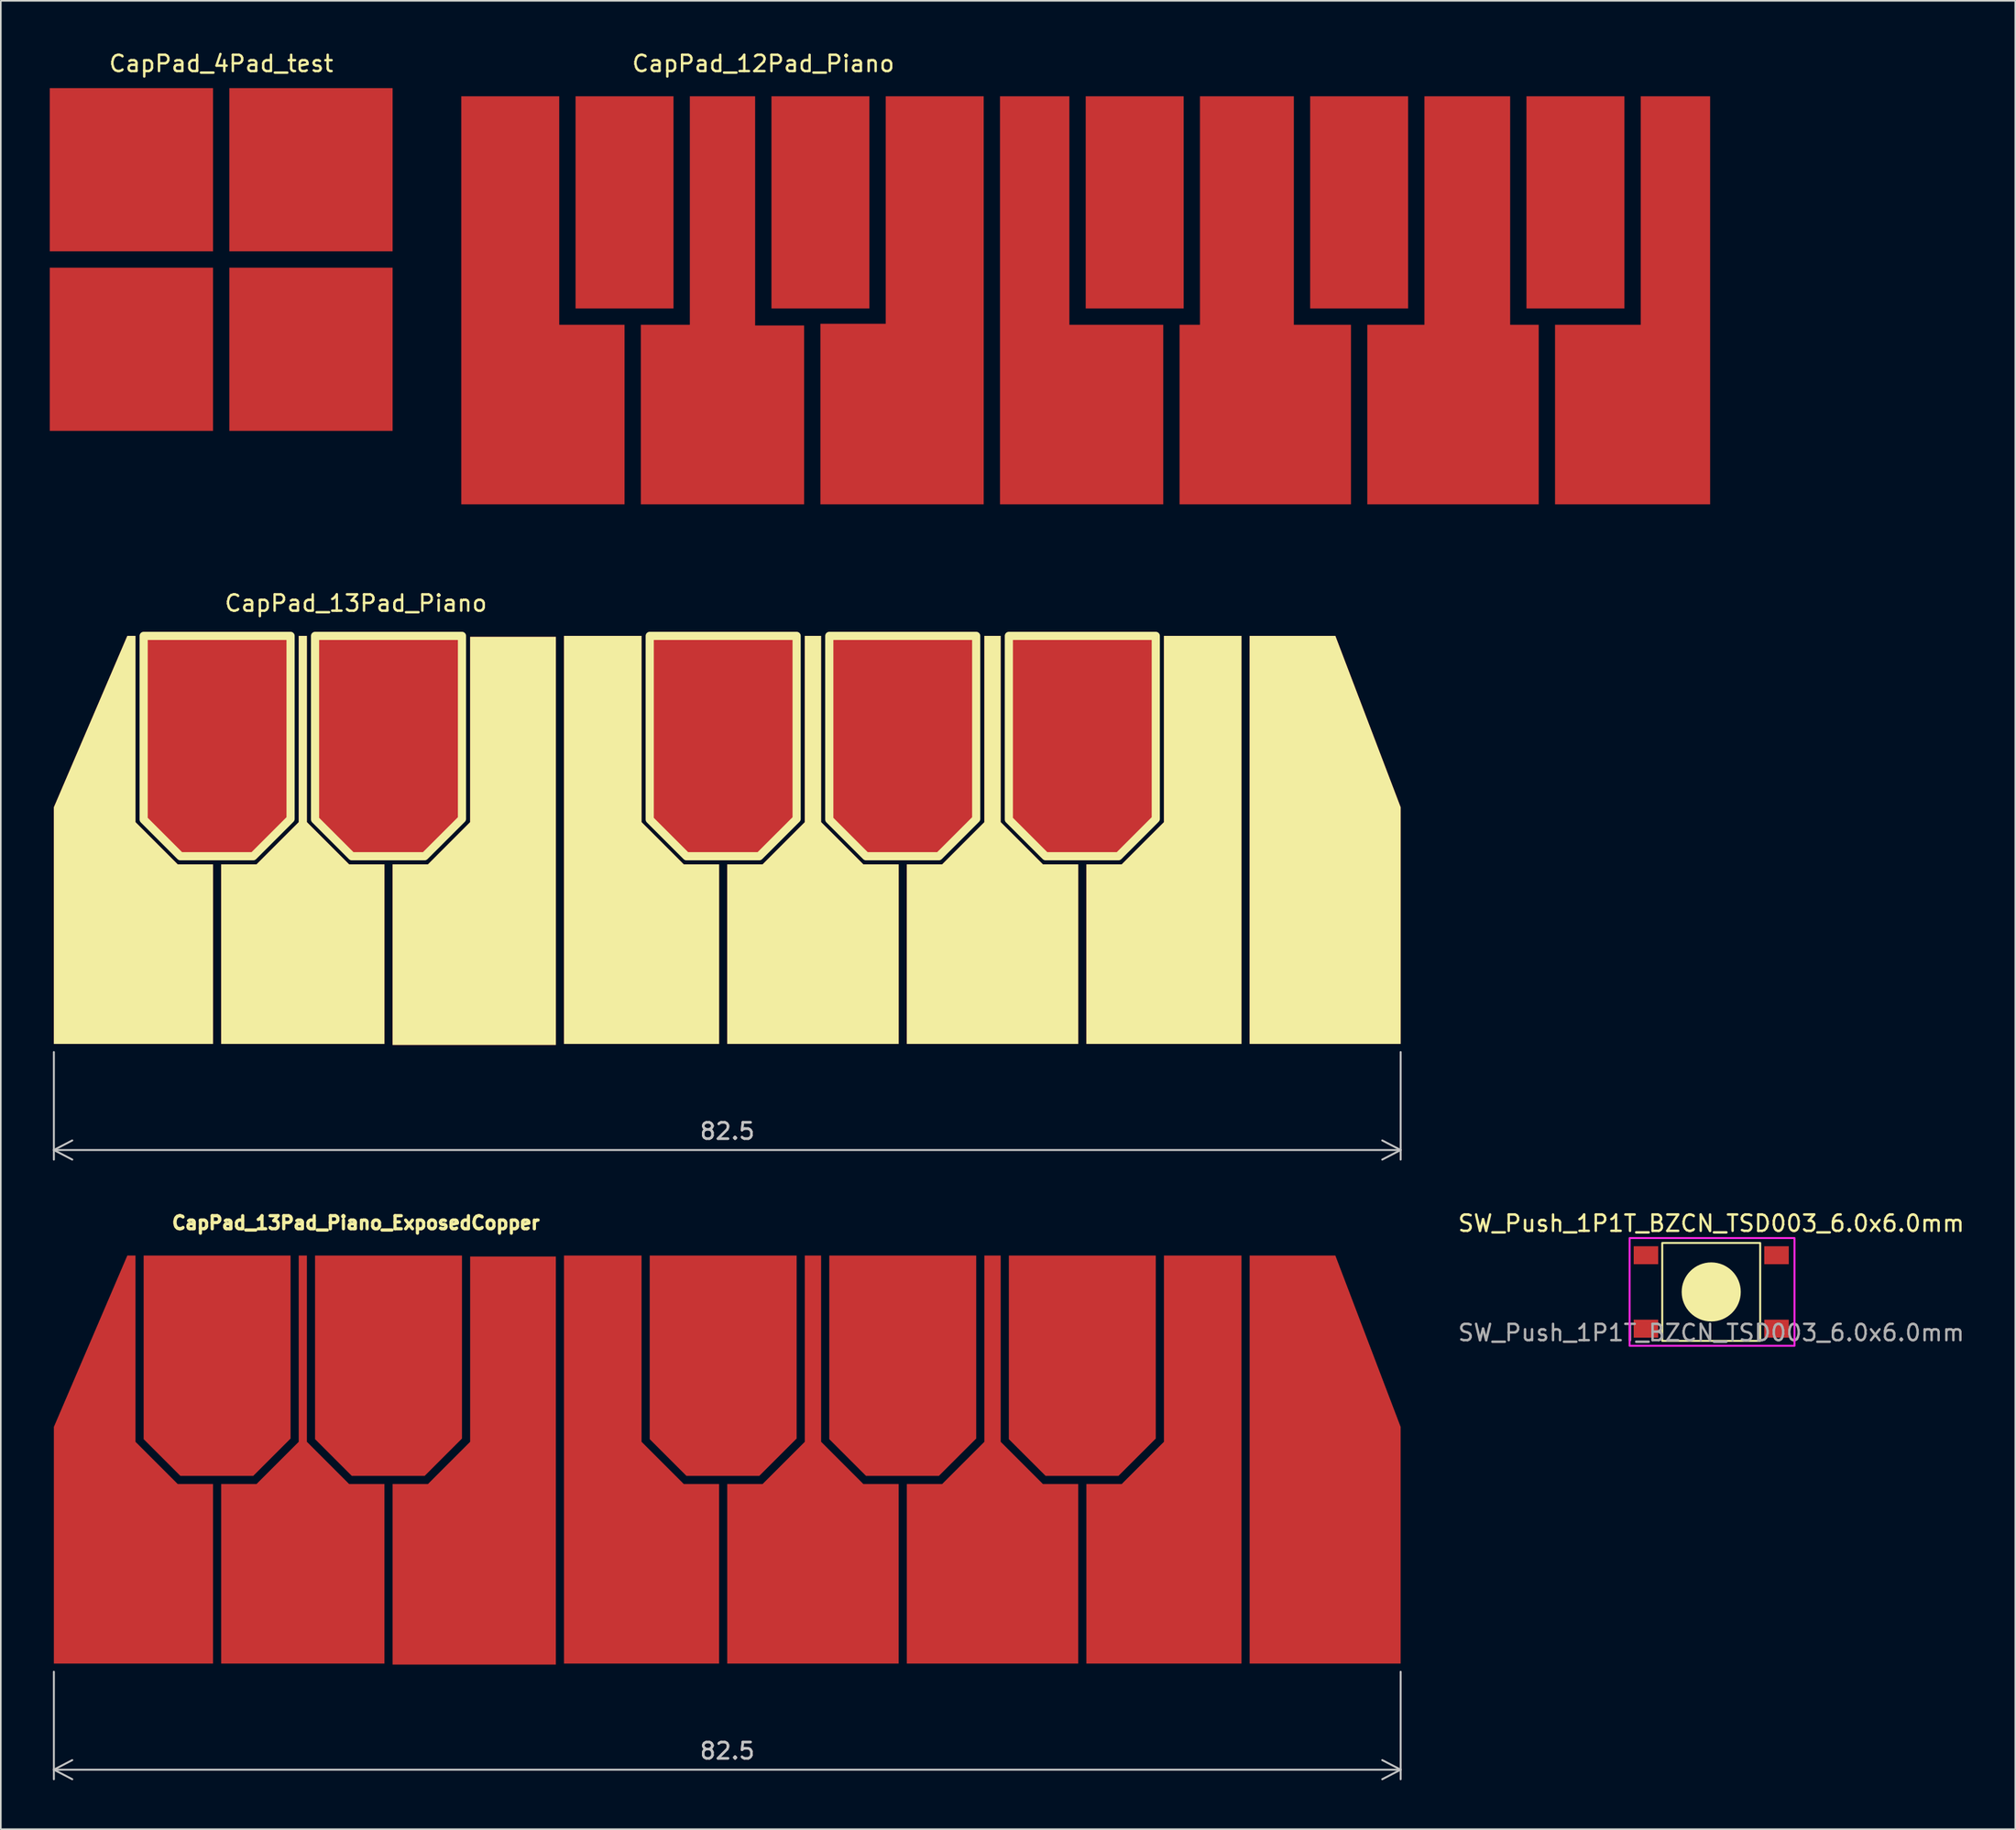
<source format=kicad_pcb>
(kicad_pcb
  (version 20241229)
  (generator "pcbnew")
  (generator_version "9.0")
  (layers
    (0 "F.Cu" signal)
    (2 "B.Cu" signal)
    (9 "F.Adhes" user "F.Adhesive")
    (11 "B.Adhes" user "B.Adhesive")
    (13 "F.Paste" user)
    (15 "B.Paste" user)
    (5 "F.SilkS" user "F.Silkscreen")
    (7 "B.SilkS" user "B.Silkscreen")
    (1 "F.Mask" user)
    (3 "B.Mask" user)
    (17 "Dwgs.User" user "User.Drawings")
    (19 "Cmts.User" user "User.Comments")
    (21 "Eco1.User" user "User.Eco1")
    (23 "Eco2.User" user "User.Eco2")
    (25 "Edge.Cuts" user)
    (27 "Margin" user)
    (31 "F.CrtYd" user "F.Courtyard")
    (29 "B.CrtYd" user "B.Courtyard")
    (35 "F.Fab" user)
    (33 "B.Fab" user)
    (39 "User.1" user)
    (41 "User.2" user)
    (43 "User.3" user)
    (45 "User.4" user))
  (footprint "CapPad_13Pad_Piano_ExposedCopper"
    (layer "F.Cu")
    (at 0.25 98.874)
    (property "Reference" "CapPad_13Pad_Piano_ExposedCopper" (at 18.5 -27 0) (unlocked yes) (layer "F.SilkS") (effects (font (size 0.8 0.8) (thickness 0.2))))
    (attr smd)
    (fp_line (start 4.2 -13.75) (end 82.8 -13.75) (stroke (width 0.2) (type solid)) (layer "User.2"))
    (dimension (type orthogonal) (layer "Dwgs.User") (pts (xy 0.25 98.874) (xy 82.75 98.874)) (height 6.5) (orientation 0) (format (prefix "") (suffix "") (units 3) (units_format 0) (precision 4) (suppress_zeroes yes)) (style (thickness 0.12) (arrow_length 1.27) (text_position_mode 0) (arrow_direction outward) (extension_height 0.586) (extension_offset 0.5) (keep_text_aligned yes)) (gr_text "82.5" (at 41.5 104.224 0) (layer "Dwgs.User") (effects (font (size 1 1) (thickness 0.15)))))
    (pad "1" connect custom (at 4 -8) (size 5 5) (layers "F.Cu" "F.Mask") (options (anchor rect)) (primitives (gr_poly (pts (xy -4 -6.5) (xy 0.5 -17) (xy 1 -17) (xy 1 -5.588) (xy 3.587 -3) (xy 5.75 -3) (xy 5.75 8) (xy -4 8)) (width 0) (fill yes))))
    (pad "2" connect custom (at 10 -19) (size 1.5 1.1) (layers "F.Cu" "F.Mask") (options (anchor rect)) (primitives (gr_poly (pts (xy -4.5 -6) (xy 4.5 -6) (xy 4.5 5.213) (xy 2.212 7.5) (xy -2.25 7.5) (xy -4.5 5.25)) (width 0) (fill yes))))
    (pad "3" connect custom (at 15.5 -5) (size 5 5) (layers "F.Cu" "F.Mask") (options (anchor rect)) (primitives (gr_poly (pts (xy -5.25 -6) (xy -5.25 5) (xy 4.75 5) (xy 4.75 -6) (xy 2.587 -6) (xy 0 -8.588) (xy 0 -20) (xy -0.5 -20) (xy -0.5 -8.588) (xy -3.087 -6)) (width 0) (fill yes))))
    (pad "4" connect custom (at 20.8 -18.2) (size 1.5 1.1) (layers "F.Cu" "F.Mask") (options (anchor rect)) (primitives (gr_poly (pts (xy -4.8 -6.8) (xy 4.2 -6.8) (xy 4.2 4.412) (xy 1.913 6.7) (xy -2.55 6.7) (xy -4.8 4.45)) (width 0) (fill yes))))
    (pad "5" connect custom (at 25 -5) (size 5 5) (layers "F.Cu" "F.Mask") (options (anchor rect)) (primitives (gr_poly (pts (xy -4.25 -6) (xy -4.25 5.06) (xy 5.75 5.06) (xy 5.75 -19.94) (xy 0.5 -19.94) (xy 0.5 -8.588) (xy -2.087 -6)) (width 0) (fill yes))))
    (pad "6" connect custom (at 38 -5) (size 5 5) (layers "F.Cu" "F.Mask") (options (anchor rect)) (primitives (gr_poly (pts (xy -6.75 5) (xy -6.75 -20) (xy -2 -20) (xy -2 -8.588) (xy 0.588 -6) (xy 2.75 -6) (xy 2.75 5)) (width 0) (fill yes))))
    (pad "7" connect custom (at 41 -18.2) (size 4.1 6.1) (layers "F.Cu" "F.Mask") (options (anchor rect)) (primitives (gr_poly (pts (xy -4.5 -6.8) (xy 4.5 -6.8) (xy 4.5 4.412) (xy 2.212 6.7) (xy -2.25 6.7) (xy -4.5 4.45)) (width 0) (fill yes))))
    (pad "8" connect custom (at 46 -4) (size 5 5) (layers "F.Cu" "F.Mask") (options (anchor rect)) (primitives (gr_poly (pts (xy -4.75 4) (xy -4.75 -7) (xy -2.587 -7) (xy 0 -9.588) (xy 0 -21) (xy 1 -21) (xy 1 -9.588) (xy 3.587 -7) (xy 5.75 -7) (xy 5.75 4)) (width 0) (fill yes))))
    (pad "9" connect custom (at 52 -18) (size 1.9 2.5) (layers "F.Cu" "F.Mask") (options (anchor rect)) (primitives (gr_poly (pts (xy -4.5 -7) (xy 4.5 -7) (xy 4.5 4.213) (xy 2.212 6.5) (xy -2.25 6.5) (xy -4.5 4.25)) (width 0) (fill yes))))
    (pad "10" connect custom (at 56 -4) (size 5 5) (layers "F.Cu" "F.Mask") (options (anchor rect)) (primitives (gr_poly (pts (xy -3.75 4) (xy -3.75 -7) (xy -1.587 -7) (xy 1 -9.588) (xy 1 -21) (xy 2 -21) (xy 2 -9.588) (xy 4.588 -7) (xy 6.75 -7) (xy 6.75 4)) (width 0) (fill yes))))
    (pad "11" connect custom (at 63.2 -18) (size 3.7 4.9) (layers "F.Cu" "F.Mask") (options (anchor rect)) (primitives (gr_poly (pts (xy -4.7 -7) (xy 4.3 -7) (xy 4.3 4.213) (xy 2.013 6.5) (xy -2.45 6.5) (xy -4.7 4.25)) (width 0) (fill yes))))
    (pad "12" connect custom (at 67 -4) (size 5 5) (layers "F.Cu" "F.Mask") (options (anchor rect)) (primitives (gr_poly (pts (xy -3.75 4) (xy -3.75 -7) (xy -1.587 -7) (xy 1 -9.588) (xy 1 -21) (xy 5.75 -21) (xy 5.75 4)) (width 0) (fill yes))))
    (pad "13" connect custom (at 77 -4) (size 5 5) (layers "F.Cu" "F.Mask") (options (anchor rect)) (primitives (gr_poly (pts (xy -3.75 4) (xy -3.75 -21) (xy 1.5 -21) (xy 5.5 -10.5) (xy 5.5 4)) (width 0) (fill yes)))))
  (footprint "CapPad_13Pad_Piano"
    (layer "F.Cu")
    (at 0.25 60.909)
    (property "Reference" "CapPad_13Pad_Piano" (at 18.5 -27 0) (unlocked yes) (layer "F.SilkS") (effects (font (size 1 1) (thickness 0.15))))
    (attr smd)
    (fp_poly (pts (xy 82.5 -14.5) (xy 82.5 0) (xy 73.25 0) (xy 73.25 -25) (xy 78.5 -25)) (stroke (width 0) (type solid)) (fill yes) (layer "F.SilkS"))
    (fp_poly (pts (xy 14.5 -13.787) (xy 12.213 -11.5) (xy 7.75 -11.5) (xy 5.5 -13.75) (xy 5.5 -25) (xy 14.5 -25)) (stroke (width 0.5) (type solid)) (fill no) (layer "F.SilkS"))
    (fp_poly (pts (xy 25 -13.787) (xy 22.712 -11.5) (xy 18.25 -11.5) (xy 16 -13.75) (xy 16 -25) (xy 25 -25)) (stroke (width 0.5) (type solid)) (fill no) (layer "F.SilkS"))
    (fp_poly (pts (xy 45.5 -13.787) (xy 43.212 -11.5) (xy 38.75 -11.5) (xy 36.5 -13.75) (xy 36.5 -25) (xy 45.5 -25)) (stroke (width 0.5) (type solid)) (fill no) (layer "F.SilkS"))
    (fp_poly (pts (xy 56.5 -13.787) (xy 54.212 -11.5) (xy 49.75 -11.5) (xy 47.5 -13.75) (xy 47.5 -25) (xy 56.5 -25)) (stroke (width 0.5) (type solid)) (fill no) (layer "F.SilkS"))
    (fp_poly (pts (xy 67.5 -13.787) (xy 65.213 -11.5) (xy 60.75 -11.5) (xy 58.5 -13.75) (xy 58.5 -25) (xy 67.5 -25)) (stroke (width 0.5) (type solid)) (fill no) (layer "F.SilkS"))
    (fp_poly (pts (xy 30.75 0.06) (xy 20.75 0.06) (xy 20.75 -11) (xy 22.913 -11) (xy 25.5 -13.588) (xy 25.5 -24.94) (xy 30.75 -24.94)) (stroke (width 0) (type solid)) (fill yes) (layer "F.SilkS"))
    (fp_poly (pts (xy 36 -13.588) (xy 38.587 -11) (xy 40.75 -11) (xy 40.75 0) (xy 31.25 0) (xy 31.25 -25) (xy 36 -25)) (stroke (width 0) (type solid)) (fill yes) (layer "F.SilkS"))
    (fp_poly (pts (xy 72.75 0) (xy 63.25 0) (xy 63.25 -11) (xy 65.412 -11) (xy 68 -13.588) (xy 68 -25) (xy 72.75 -25)) (stroke (width 0) (type solid)) (fill yes) (layer "F.SilkS"))
    (fp_poly (pts (xy 5 -13.588) (xy 7.588 -11) (xy 9.75 -11) (xy 9.75 0) (xy 0 0) (xy 0 -14.5) (xy 4.5 -25) (xy 5 -25)) (stroke (width 0) (type solid)) (fill yes) (layer "F.SilkS"))
    (fp_poly (pts (xy 15.5 -13.588) (xy 18.087 -11) (xy 20.25 -11) (xy 20.25 0) (xy 10.25 0) (xy 10.25 -11) (xy 12.412 -11) (xy 15 -13.588) (xy 15 -25) (xy 15.5 -25)) (stroke (width 0) (type solid)) (fill yes) (layer "F.SilkS"))
    (fp_poly (pts (xy 47 -13.588) (xy 49.587 -11) (xy 51.75 -11) (xy 51.75 0) (xy 41.25 0) (xy 41.25 -11) (xy 43.413 -11) (xy 46 -13.588) (xy 46 -25) (xy 47 -25)) (stroke (width 0) (type solid)) (fill yes) (layer "F.SilkS"))
    (fp_poly (pts (xy 58 -13.588) (xy 60.587 -11) (xy 62.75 -11) (xy 62.75 0) (xy 52.25 0) (xy 52.25 -11) (xy 54.413 -11) (xy 57 -13.588) (xy 57 -25) (xy 58 -25)) (stroke (width 0) (type solid)) (fill yes) (layer "F.SilkS"))
    (dimension (type orthogonal) (layer "Dwgs.User") (pts (xy 0.25 60.909) (xy 82.75 60.909)) (height 6.5) (orientation 0) (format (prefix "") (suffix "") (units 3) (units_format 0) (precision 4) (suppress_zeroes yes)) (style (thickness 0.12) (arrow_length 1.27) (text_position_mode 0) (arrow_direction outward) (extension_height 0.586) (extension_offset 0.5) (keep_text_aligned yes)) (gr_text "82.5" (at 41.5 66.259 0) (layer "Dwgs.User") (effects (font (size 1 1) (thickness 0.15)))))
    (pad "1" connect custom (at 4 -8) (size 5 5) (layers "F.Cu") (options (anchor rect)) (primitives (gr_poly (pts (xy -4 -6.5) (xy 0.5 -17) (xy 1 -17) (xy 1 -5.588) (xy 3.587 -3) (xy 5.75 -3) (xy 5.75 8) (xy -4 8)) (width 0) (fill yes))))
    (pad "2" connect custom (at 10 -19) (size 1.5 1.1) (layers "F.Cu") (options (anchor rect)) (primitives (gr_poly (pts (xy -4.5 -6) (xy 4.5 -6) (xy 4.5 5.213) (xy 2.212 7.5) (xy -2.25 7.5) (xy -4.5 5.25)) (width 0) (fill yes))))
    (pad "3" connect custom (at 15.5 -5) (size 5 5) (layers "F.Cu") (options (anchor rect)) (primitives (gr_poly (pts (xy -5.25 -6) (xy -5.25 5) (xy 4.75 5) (xy 4.75 -6) (xy 2.587 -6) (xy 0 -8.588) (xy 0 -20) (xy -0.5 -20) (xy -0.5 -8.588) (xy -3.087 -6)) (width 0) (fill yes))))
    (pad "4" connect custom (at 20.8 -18.2) (size 1.5 1.1) (layers "F.Cu") (options (anchor rect)) (primitives (gr_poly (pts (xy -4.8 -6.8) (xy 4.2 -6.8) (xy 4.2 4.412) (xy 1.913 6.7) (xy -2.55 6.7) (xy -4.8 4.45)) (width 0) (fill yes))))
    (pad "5" connect custom (at 25 -5) (size 5 5) (layers "F.Cu") (options (anchor rect)) (primitives (gr_poly (pts (xy -4.25 -6) (xy -4.25 5.06) (xy 5.75 5.06) (xy 5.75 -19.94) (xy 0.5 -19.94) (xy 0.5 -8.588) (xy -2.087 -6)) (width 0) (fill yes))))
    (pad "6" connect custom (at 38 -5) (size 5 5) (layers "F.Cu") (options (anchor rect)) (primitives (gr_poly (pts (xy -6.75 5) (xy -6.75 -20) (xy -2 -20) (xy -2 -8.588) (xy 0.588 -6) (xy 2.75 -6) (xy 2.75 5)) (width 0) (fill yes))))
    (pad "7" connect custom (at 41 -18.2) (size 4.1 6.1) (layers "F.Cu") (options (anchor rect)) (primitives (gr_poly (pts (xy -4.5 -6.8) (xy 4.5 -6.8) (xy 4.5 4.412) (xy 2.212 6.7) (xy -2.25 6.7) (xy -4.5 4.45)) (width 0) (fill yes))))
    (pad "8" connect custom (at 46 -4) (size 5 5) (layers "F.Cu") (options (anchor rect)) (primitives (gr_poly (pts (xy -4.75 4) (xy -4.75 -7) (xy -2.587 -7) (xy 0 -9.588) (xy 0 -21) (xy 1 -21) (xy 1 -9.588) (xy 3.587 -7) (xy 5.75 -7) (xy 5.75 4)) (width 0) (fill yes))))
    (pad "9" connect custom (at 52 -18) (size 1.9 2.5) (layers "F.Cu") (options (anchor rect)) (primitives (gr_poly (pts (xy -4.5 -7) (xy 4.5 -7) (xy 4.5 4.213) (xy 2.212 6.5) (xy -2.25 6.5) (xy -4.5 4.25)) (width 0) (fill yes))))
    (pad "10" connect custom (at 56 -4) (size 5 5) (layers "F.Cu") (options (anchor rect)) (primitives (gr_poly (pts (xy -3.75 4) (xy -3.75 -7) (xy -1.587 -7) (xy 1 -9.588) (xy 1 -21) (xy 2 -21) (xy 2 -9.588) (xy 4.588 -7) (xy 6.75 -7) (xy 6.75 4)) (width 0) (fill yes))))
    (pad "11" connect custom (at 63.2 -18) (size 3.7 4.9) (layers "F.Cu") (options (anchor rect)) (primitives (gr_poly (pts (xy -4.7 -7) (xy 4.3 -7) (xy 4.3 4.213) (xy 2.013 6.5) (xy -2.45 6.5) (xy -4.7 4.25)) (width 0) (fill yes))))
    (pad "12" connect custom (at 67 -4) (size 5 5) (layers "F.Cu") (options (anchor rect)) (primitives (gr_poly (pts (xy -3.75 4) (xy -3.75 -7) (xy -1.587 -7) (xy 1 -9.588) (xy 1 -21) (xy 5.75 -21) (xy 5.75 4)) (width 0) (fill yes))))
    (pad "13" smd custom (at 77 -4) (size 5 5) (layers "F.Cu") (options (anchor rect)) (primitives (gr_poly (pts (xy -3.75 4) (xy -3.75 -21) (xy 1.5 -21) (xy 5.5 -10.5) (xy 5.5 4)) (width 0) (fill yes)))))
  (footprint "CapPad_12Pad_Piano"
    (layer "F.Cu")
    (at 24.25 29.811)
    (property "Reference" "CapPad_12Pad_Piano" (at 19.458 -28.962 0) (unlocked yes) (layer "F.SilkS") (effects (font (size 1 1) (thickness 0.15))))
    (attr smd)
    (pad "1" connect custom (at 4.958 -9.962) (size 5 5) (layers "F.Cu" "F.Mask") (options (anchor rect)) (primitives (gr_poly (pts (xy -4 -17) (xy 2 -17) (xy 2 -3) (xy 6 -3) (xy 6 8) (xy -4 8)) (width 0) (fill yes))))
    (pad "2" connect rect (at 10.958 -20.462) (size 6 13) (layers "F.Cu" "F.Mask"))
    (pad "3" connect custom (at 16.958 -6.962) (size 5 5) (layers "F.Cu" "F.Mask") (options (anchor rect)) (primitives (gr_poly (pts (xy -5 -6) (xy -5 5) (xy 5 5) (xy 5 -5.958) (xy 2 -5.958) (xy 2 -20) (xy -2 -20) (xy -2 -6)) (width 0) (fill yes))))
    (pad "4" connect rect (at 22.958 -20.462) (size 6 13) (layers "F.Cu" "F.Mask"))
    (pad "5" connect custom (at 27.958 -7.022) (size 5 5) (layers "F.Cu" "F.Mask") (options (anchor rect)) (primitives (gr_poly (pts (xy -5 -6) (xy -5 5.06) (xy 5 5.06) (xy 5 -19.94) (xy -1 -19.94) (xy -1 -6)) (width 0) (fill yes))))
    (pad "6" connect custom (at 40.458 -6.962) (size 5 5) (layers "F.Cu" "F.Mask") (options (anchor rect)) (primitives (gr_poly (pts (xy -6.5 5) (xy -6.5 -20) (xy -2.25 -20) (xy -2.25 -6) (xy 3.5 -6) (xy 3.5 5)) (width 0) (fill yes))))
    (pad "7" connect rect (at 42.208 -20.462) (size 6 13) (layers "F.Cu" "F.Mask"))
    (pad "8" connect custom (at 49.458 -5.962) (size 5 5) (layers "F.Cu" "F.Mask") (options (anchor rect)) (primitives (gr_poly (pts (xy -4.5 4) (xy -4.5 -7) (xy -3.25 -7) (xy -3.25 -21) (xy 2.5 -21) (xy 2.5 -7) (xy 6 -7) (xy 6 4)) (width 0) (fill yes))))
    (pad "9" connect rect (at 55.958 -20.462) (size 6 13) (layers "F.Cu" "F.Mask"))
    (pad "10" connect custom (at 60.958 -5.962) (size 5 5) (layers "F.Cu" "F.Mask") (options (anchor rect)) (primitives (gr_poly (pts (xy -4.5 4) (xy -4.5 -7) (xy -1 -7) (xy -1 -21) (xy 4.25 -21) (xy 4.25 -7) (xy 6 -7) (xy 6 4)) (width 0) (fill yes))))
    (pad "11" connect rect (at 69.208 -20.462) (size 6 13) (layers "F.Cu" "F.Mask"))
    (pad "12" connect custom (at 72.458 -5.962) (size 5 5) (layers "F.Cu" "F.Mask") (options (anchor rect)) (primitives (gr_poly (pts (xy -4.5 4) (xy -4.5 -7) (xy 0.75 -7) (xy 0.75 -21) (xy 5 -21) (xy 5 4)) (width 0) (fill yes)))))
  (footprint "SW_Push_1P1T_BZCN_TSD003_6.0x6.0mm"
    (layer "F.Cu")
    (at 101.775 76.104)
    (property "Reference" "SW_Push_1P1T_BZCN_TSD003_6.0x6.0mm" (at 0 -4.2 0) (unlocked yes) (layer "F.SilkS") (effects (font (size 1 1) (thickness 0.15))))
    (attr smd)
    (fp_rect (start -3 -3) (end 3 3) (stroke (width 0.12) (type solid)) (fill no) (layer "F.SilkS"))
    (fp_circle (center 0 0) (end 1.75 0) (stroke (width 0.12) (type solid)) (fill yes) (layer "F.SilkS"))
    (fp_rect (start -5 -3.3) (end 5.1 3.3) (stroke (width 0.12) (type default)) (fill no) (layer "F.CrtYd"))
    (fp_text user "${REFERENCE}" (at 0 2.5 0) (unlocked yes) (layer "F.Fab") (effects (font (size 1 1) (thickness 0.15))))
    (pad "1" smd rect (at -4 -2.25) (size 1.5 1.1) (layers "F.Cu" "F.Mask" "F.Paste"))
    (pad "1" smd rect (at 4 -2.25) (size 1.5 1.1) (layers "F.Cu" "F.Mask" "F.Paste"))
    (pad "2" smd rect (at -4 2.25) (size 1.5 1.1) (layers "F.Cu" "F.Mask" "F.Paste"))
    (pad "2" smd rect (at 4 2.25) (size 1.5 1.1) (layers "F.Cu" "F.Mask" "F.Paste")))
  (footprint "CapPad_4Pad_test"
    (layer "F.Cu")
    (at 10.542 12.811)
    (property "Reference" "CapPad_4Pad_test" (at -0.042 -11.962 0) (unlocked yes) (layer "F.SilkS") (effects (font (size 1 1) (thickness 0.15))))
    (attr smd)
    (pad "1" connect rect (at -5.542 -5.462) (size 10 10) (layers "F.Cu" "F.Mask"))
    (pad "2" connect rect (at 5.458 -5.462) (size 10 10) (layers "F.Cu" "F.Mask"))
    (pad "3" connect rect (at -5.542 5.538) (size 10 10) (layers "F.Cu" "F.Mask"))
    (pad "4" connect rect (at 5.458 5.538) (size 10 10) (layers "F.Cu" "F.Mask")))
  (gr_rect
    (start -3 -3)
    (end 120.4 109.021)
    (stroke (width 0.1) (type default))
    (fill no)
    (layer "Edge.Cuts")))
</source>
